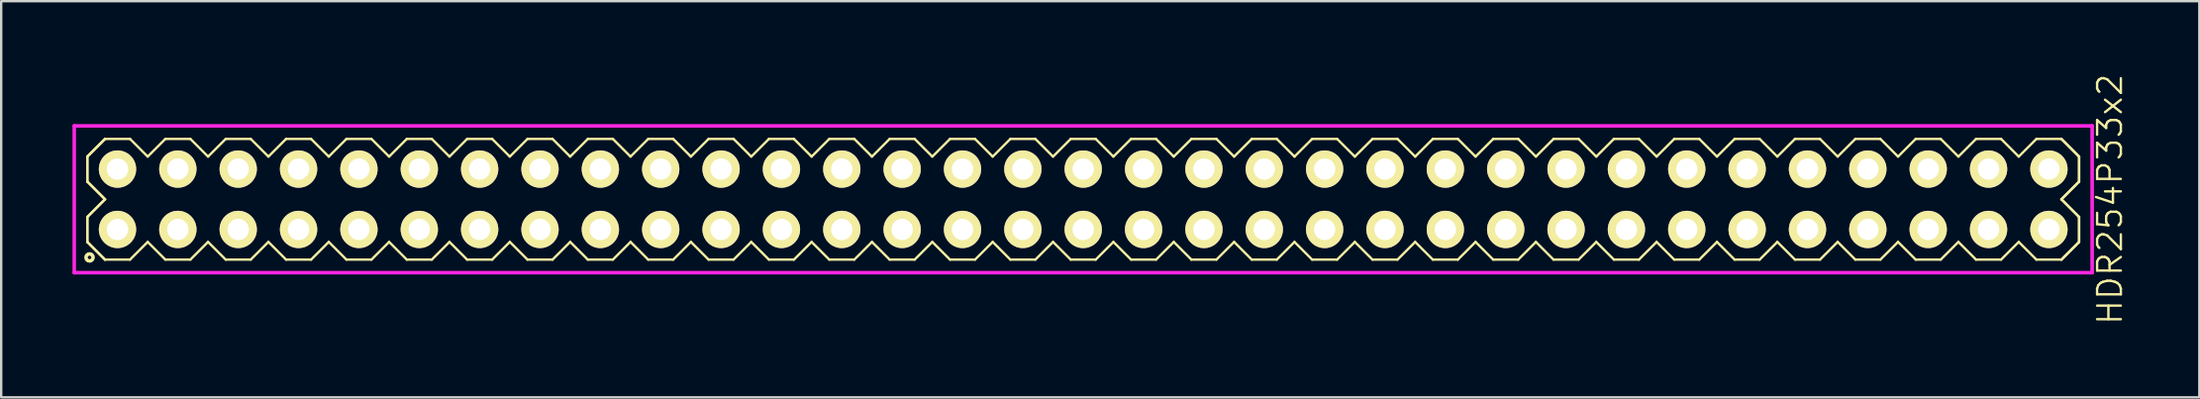
<source format=kicad_pcb>
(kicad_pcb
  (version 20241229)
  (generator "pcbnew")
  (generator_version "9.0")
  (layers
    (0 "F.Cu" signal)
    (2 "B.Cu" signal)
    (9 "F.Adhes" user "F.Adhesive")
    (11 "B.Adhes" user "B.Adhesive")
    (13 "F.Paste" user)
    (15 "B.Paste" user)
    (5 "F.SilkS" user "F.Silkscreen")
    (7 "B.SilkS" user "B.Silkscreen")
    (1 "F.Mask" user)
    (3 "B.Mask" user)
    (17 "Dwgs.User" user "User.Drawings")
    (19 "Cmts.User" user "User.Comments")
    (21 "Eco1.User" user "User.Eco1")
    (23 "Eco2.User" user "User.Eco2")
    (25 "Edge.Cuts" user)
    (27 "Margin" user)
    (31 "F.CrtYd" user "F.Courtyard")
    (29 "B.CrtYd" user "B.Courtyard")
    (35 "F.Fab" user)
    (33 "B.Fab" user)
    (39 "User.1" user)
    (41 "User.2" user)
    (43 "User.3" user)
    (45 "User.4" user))
  (footprint "HDR254P33x2"
    (layer "F.Cu")
    (at 42.535 5.336)
    (property "Reference" "HDR254P33x2" (at 43.21 0 90) (layer "F.SilkS") (effects (font (size 1 1) (thickness 0.1))))
    (attr through_hole)
    (fp_line (start -41.91 -1.796) (end -41.166 -2.54) (stroke (width 0.1) (type solid)) (layer "F.SilkS"))
    (fp_line (start -41.91 -1.796) (end -41.166 -2.54) (stroke (width 0.1) (type solid)) (layer "F.SilkS"))
    (fp_line (start -41.91 -0.744) (end -41.91 -1.796) (stroke (width 0.1) (type solid)) (layer "F.SilkS"))
    (fp_line (start -41.91 -0.744) (end -41.91 -1.796) (stroke (width 0.1) (type solid)) (layer "F.SilkS"))
    (fp_line (start -41.91 0.744) (end -41.166 0) (stroke (width 0.1) (type solid)) (layer "F.SilkS"))
    (fp_line (start -41.91 0.744) (end -41.166 0) (stroke (width 0.1) (type solid)) (layer "F.SilkS"))
    (fp_line (start -41.91 1.796) (end -41.91 0.744) (stroke (width 0.1) (type solid)) (layer "F.SilkS"))
    (fp_line (start -41.91 1.796) (end -41.91 0.744) (stroke (width 0.1) (type solid)) (layer "F.SilkS"))
    (fp_line (start -41.166 -2.54) (end -40.114 -2.54) (stroke (width 0.1) (type solid)) (layer "F.SilkS"))
    (fp_line (start -41.166 0) (end -41.91 -0.744) (stroke (width 0.1) (type solid)) (layer "F.SilkS"))
    (fp_line (start -41.166 0) (end -41.91 -0.744) (stroke (width 0.1) (type solid)) (layer "F.SilkS"))
    (fp_line (start -41.166 2.54) (end -41.91 1.796) (stroke (width 0.1) (type solid)) (layer "F.SilkS"))
    (fp_line (start -41.166 2.54) (end -41.91 1.796) (stroke (width 0.1) (type solid)) (layer "F.SilkS"))
    (fp_line (start -40.114 -2.54) (end -39.37 -1.796) (stroke (width 0.1) (type solid)) (layer "F.SilkS"))
    (fp_line (start -40.114 2.54) (end -41.166 2.54) (stroke (width 0.1) (type solid)) (layer "F.SilkS"))
    (fp_line (start -39.37 -1.796) (end -38.626 -2.54) (stroke (width 0.1) (type solid)) (layer "F.SilkS"))
    (fp_line (start -39.37 1.796) (end -40.114 2.54) (stroke (width 0.1) (type solid)) (layer "F.SilkS"))
    (fp_line (start -38.626 -2.54) (end -37.574 -2.54) (stroke (width 0.1) (type solid)) (layer "F.SilkS"))
    (fp_line (start -38.626 2.54) (end -39.37 1.796) (stroke (width 0.1) (type solid)) (layer "F.SilkS"))
    (fp_line (start -37.574 -2.54) (end -36.83 -1.796) (stroke (width 0.1) (type solid)) (layer "F.SilkS"))
    (fp_line (start -37.574 2.54) (end -38.626 2.54) (stroke (width 0.1) (type solid)) (layer "F.SilkS"))
    (fp_line (start -36.83 -1.796) (end -36.086 -2.54) (stroke (width 0.1) (type solid)) (layer "F.SilkS"))
    (fp_line (start -36.83 1.796) (end -37.574 2.54) (stroke (width 0.1) (type solid)) (layer "F.SilkS"))
    (fp_line (start -36.086 -2.54) (end -35.034 -2.54) (stroke (width 0.1) (type solid)) (layer "F.SilkS"))
    (fp_line (start -36.086 2.54) (end -36.83 1.796) (stroke (width 0.1) (type solid)) (layer "F.SilkS"))
    (fp_line (start -35.034 -2.54) (end -34.29 -1.796) (stroke (width 0.1) (type solid)) (layer "F.SilkS"))
    (fp_line (start -35.034 2.54) (end -36.086 2.54) (stroke (width 0.1) (type solid)) (layer "F.SilkS"))
    (fp_line (start -34.29 -1.796) (end -33.546 -2.54) (stroke (width 0.1) (type solid)) (layer "F.SilkS"))
    (fp_line (start -34.29 1.796) (end -35.034 2.54) (stroke (width 0.1) (type solid)) (layer "F.SilkS"))
    (fp_line (start -33.546 -2.54) (end -32.494 -2.54) (stroke (width 0.1) (type solid)) (layer "F.SilkS"))
    (fp_line (start -33.546 2.54) (end -34.29 1.796) (stroke (width 0.1) (type solid)) (layer "F.SilkS"))
    (fp_line (start -32.494 -2.54) (end -31.75 -1.796) (stroke (width 0.1) (type solid)) (layer "F.SilkS"))
    (fp_line (start -32.494 2.54) (end -33.546 2.54) (stroke (width 0.1) (type solid)) (layer "F.SilkS"))
    (fp_line (start -31.75 -1.796) (end -31.006 -2.54) (stroke (width 0.1) (type solid)) (layer "F.SilkS"))
    (fp_line (start -31.75 1.796) (end -32.494 2.54) (stroke (width 0.1) (type solid)) (layer "F.SilkS"))
    (fp_line (start -31.006 -2.54) (end -29.954 -2.54) (stroke (width 0.1) (type solid)) (layer "F.SilkS"))
    (fp_line (start -31.006 2.54) (end -31.75 1.796) (stroke (width 0.1) (type solid)) (layer "F.SilkS"))
    (fp_line (start -29.954 -2.54) (end -29.21 -1.796) (stroke (width 0.1) (type solid)) (layer "F.SilkS"))
    (fp_line (start -29.954 2.54) (end -31.006 2.54) (stroke (width 0.1) (type solid)) (layer "F.SilkS"))
    (fp_line (start -29.21 -1.796) (end -28.466 -2.54) (stroke (width 0.1) (type solid)) (layer "F.SilkS"))
    (fp_line (start -29.21 1.796) (end -29.954 2.54) (stroke (width 0.1) (type solid)) (layer "F.SilkS"))
    (fp_line (start -28.466 -2.54) (end -27.414 -2.54) (stroke (width 0.1) (type solid)) (layer "F.SilkS"))
    (fp_line (start -28.466 2.54) (end -29.21 1.796) (stroke (width 0.1) (type solid)) (layer "F.SilkS"))
    (fp_line (start -27.414 -2.54) (end -26.67 -1.796) (stroke (width 0.1) (type solid)) (layer "F.SilkS"))
    (fp_line (start -27.414 2.54) (end -28.466 2.54) (stroke (width 0.1) (type solid)) (layer "F.SilkS"))
    (fp_line (start -26.67 -1.796) (end -25.926 -2.54) (stroke (width 0.1) (type solid)) (layer "F.SilkS"))
    (fp_line (start -26.67 1.796) (end -27.414 2.54) (stroke (width 0.1) (type solid)) (layer "F.SilkS"))
    (fp_line (start -25.926 -2.54) (end -24.874 -2.54) (stroke (width 0.1) (type solid)) (layer "F.SilkS"))
    (fp_line (start -25.926 2.54) (end -26.67 1.796) (stroke (width 0.1) (type solid)) (layer "F.SilkS"))
    (fp_line (start -24.874 -2.54) (end -24.13 -1.796) (stroke (width 0.1) (type solid)) (layer "F.SilkS"))
    (fp_line (start -24.874 2.54) (end -25.926 2.54) (stroke (width 0.1) (type solid)) (layer "F.SilkS"))
    (fp_line (start -24.13 -1.796) (end -23.386 -2.54) (stroke (width 0.1) (type solid)) (layer "F.SilkS"))
    (fp_line (start -24.13 1.796) (end -24.874 2.54) (stroke (width 0.1) (type solid)) (layer "F.SilkS"))
    (fp_line (start -23.386 -2.54) (end -22.334 -2.54) (stroke (width 0.1) (type solid)) (layer "F.SilkS"))
    (fp_line (start -23.386 2.54) (end -24.13 1.796) (stroke (width 0.1) (type solid)) (layer "F.SilkS"))
    (fp_line (start -22.334 -2.54) (end -21.59 -1.796) (stroke (width 0.1) (type solid)) (layer "F.SilkS"))
    (fp_line (start -22.334 2.54) (end -23.386 2.54) (stroke (width 0.1) (type solid)) (layer "F.SilkS"))
    (fp_line (start -21.59 -1.796) (end -20.846 -2.54) (stroke (width 0.1) (type solid)) (layer "F.SilkS"))
    (fp_line (start -21.59 1.796) (end -22.334 2.54) (stroke (width 0.1) (type solid)) (layer "F.SilkS"))
    (fp_line (start -20.846 -2.54) (end -19.794 -2.54) (stroke (width 0.1) (type solid)) (layer "F.SilkS"))
    (fp_line (start -20.846 2.54) (end -21.59 1.796) (stroke (width 0.1) (type solid)) (layer "F.SilkS"))
    (fp_line (start -19.794 -2.54) (end -19.05 -1.796) (stroke (width 0.1) (type solid)) (layer "F.SilkS"))
    (fp_line (start -19.794 2.54) (end -20.846 2.54) (stroke (width 0.1) (type solid)) (layer "F.SilkS"))
    (fp_line (start -19.05 -1.796) (end -18.306 -2.54) (stroke (width 0.1) (type solid)) (layer "F.SilkS"))
    (fp_line (start -19.05 1.796) (end -19.794 2.54) (stroke (width 0.1) (type solid)) (layer "F.SilkS"))
    (fp_line (start -18.306 -2.54) (end -17.254 -2.54) (stroke (width 0.1) (type solid)) (layer "F.SilkS"))
    (fp_line (start -18.306 2.54) (end -19.05 1.796) (stroke (width 0.1) (type solid)) (layer "F.SilkS"))
    (fp_line (start -17.254 -2.54) (end -16.51 -1.796) (stroke (width 0.1) (type solid)) (layer "F.SilkS"))
    (fp_line (start -17.254 2.54) (end -18.306 2.54) (stroke (width 0.1) (type solid)) (layer "F.SilkS"))
    (fp_line (start -16.51 -1.796) (end -15.766 -2.54) (stroke (width 0.1) (type solid)) (layer "F.SilkS"))
    (fp_line (start -16.51 1.796) (end -17.254 2.54) (stroke (width 0.1) (type solid)) (layer "F.SilkS"))
    (fp_line (start -15.766 -2.54) (end -14.714 -2.54) (stroke (width 0.1) (type solid)) (layer "F.SilkS"))
    (fp_line (start -15.766 2.54) (end -16.51 1.796) (stroke (width 0.1) (type solid)) (layer "F.SilkS"))
    (fp_line (start -14.714 -2.54) (end -13.97 -1.796) (stroke (width 0.1) (type solid)) (layer "F.SilkS"))
    (fp_line (start -14.714 2.54) (end -15.766 2.54) (stroke (width 0.1) (type solid)) (layer "F.SilkS"))
    (fp_line (start -13.97 -1.796) (end -13.226 -2.54) (stroke (width 0.1) (type solid)) (layer "F.SilkS"))
    (fp_line (start -13.97 1.796) (end -14.714 2.54) (stroke (width 0.1) (type solid)) (layer "F.SilkS"))
    (fp_line (start -13.226 -2.54) (end -12.174 -2.54) (stroke (width 0.1) (type solid)) (layer "F.SilkS"))
    (fp_line (start -13.226 2.54) (end -13.97 1.796) (stroke (width 0.1) (type solid)) (layer "F.SilkS"))
    (fp_line (start -12.174 -2.54) (end -11.43 -1.796) (stroke (width 0.1) (type solid)) (layer "F.SilkS"))
    (fp_line (start -12.174 2.54) (end -13.226 2.54) (stroke (width 0.1) (type solid)) (layer "F.SilkS"))
    (fp_line (start -11.43 -1.796) (end -10.686 -2.54) (stroke (width 0.1) (type solid)) (layer "F.SilkS"))
    (fp_line (start -11.43 1.796) (end -12.174 2.54) (stroke (width 0.1) (type solid)) (layer "F.SilkS"))
    (fp_line (start -10.686 -2.54) (end -9.634 -2.54) (stroke (width 0.1) (type solid)) (layer "F.SilkS"))
    (fp_line (start -10.686 2.54) (end -11.43 1.796) (stroke (width 0.1) (type solid)) (layer "F.SilkS"))
    (fp_line (start -9.634 -2.54) (end -8.89 -1.796) (stroke (width 0.1) (type solid)) (layer "F.SilkS"))
    (fp_line (start -9.634 2.54) (end -10.686 2.54) (stroke (width 0.1) (type solid)) (layer "F.SilkS"))
    (fp_line (start -8.89 -1.796) (end -8.146 -2.54) (stroke (width 0.1) (type solid)) (layer "F.SilkS"))
    (fp_line (start -8.89 1.796) (end -9.634 2.54) (stroke (width 0.1) (type solid)) (layer "F.SilkS"))
    (fp_line (start -8.146 -2.54) (end -7.094 -2.54) (stroke (width 0.1) (type solid)) (layer "F.SilkS"))
    (fp_line (start -8.146 2.54) (end -8.89 1.796) (stroke (width 0.1) (type solid)) (layer "F.SilkS"))
    (fp_line (start -7.094 -2.54) (end -6.35 -1.796) (stroke (width 0.1) (type solid)) (layer "F.SilkS"))
    (fp_line (start -7.094 2.54) (end -8.146 2.54) (stroke (width 0.1) (type solid)) (layer "F.SilkS"))
    (fp_line (start -6.35 -1.796) (end -5.606 -2.54) (stroke (width 0.1) (type solid)) (layer "F.SilkS"))
    (fp_line (start -6.35 1.796) (end -7.094 2.54) (stroke (width 0.1) (type solid)) (layer "F.SilkS"))
    (fp_line (start -5.606 -2.54) (end -4.554 -2.54) (stroke (width 0.1) (type solid)) (layer "F.SilkS"))
    (fp_line (start -5.606 2.54) (end -6.35 1.796) (stroke (width 0.1) (type solid)) (layer "F.SilkS"))
    (fp_line (start -4.554 -2.54) (end -3.81 -1.796) (stroke (width 0.1) (type solid)) (layer "F.SilkS"))
    (fp_line (start -4.554 2.54) (end -5.606 2.54) (stroke (width 0.1) (type solid)) (layer "F.SilkS"))
    (fp_line (start -3.81 -1.796) (end -3.066 -2.54) (stroke (width 0.1) (type solid)) (layer "F.SilkS"))
    (fp_line (start -3.81 1.796) (end -4.554 2.54) (stroke (width 0.1) (type solid)) (layer "F.SilkS"))
    (fp_line (start -3.066 -2.54) (end -2.014 -2.54) (stroke (width 0.1) (type solid)) (layer "F.SilkS"))
    (fp_line (start -3.066 2.54) (end -3.81 1.796) (stroke (width 0.1) (type solid)) (layer "F.SilkS"))
    (fp_line (start -2.014 -2.54) (end -1.27 -1.796) (stroke (width 0.1) (type solid)) (layer "F.SilkS"))
    (fp_line (start -2.014 2.54) (end -3.066 2.54) (stroke (width 0.1) (type solid)) (layer "F.SilkS"))
    (fp_line (start -1.27 -1.796) (end -0.526 -2.54) (stroke (width 0.1) (type solid)) (layer "F.SilkS"))
    (fp_line (start -1.27 1.796) (end -2.014 2.54) (stroke (width 0.1) (type solid)) (layer "F.SilkS"))
    (fp_line (start -0.526 -2.54) (end 0.526 -2.54) (stroke (width 0.1) (type solid)) (layer "F.SilkS"))
    (fp_line (start -0.526 2.54) (end -1.27 1.796) (stroke (width 0.1) (type solid)) (layer "F.SilkS"))
    (fp_line (start 0.526 -2.54) (end 1.27 -1.796) (stroke (width 0.1) (type solid)) (layer "F.SilkS"))
    (fp_line (start 0.526 2.54) (end -0.526 2.54) (stroke (width 0.1) (type solid)) (layer "F.SilkS"))
    (fp_line (start 1.27 -1.796) (end 2.014 -2.54) (stroke (width 0.1) (type solid)) (layer "F.SilkS"))
    (fp_line (start 1.27 1.796) (end 0.526 2.54) (stroke (width 0.1) (type solid)) (layer "F.SilkS"))
    (fp_line (start 2.014 -2.54) (end 3.066 -2.54) (stroke (width 0.1) (type solid)) (layer "F.SilkS"))
    (fp_line (start 2.014 2.54) (end 1.27 1.796) (stroke (width 0.1) (type solid)) (layer "F.SilkS"))
    (fp_line (start 3.066 -2.54) (end 3.81 -1.796) (stroke (width 0.1) (type solid)) (layer "F.SilkS"))
    (fp_line (start 3.066 2.54) (end 2.014 2.54) (stroke (width 0.1) (type solid)) (layer "F.SilkS"))
    (fp_line (start 3.81 -1.796) (end 4.554 -2.54) (stroke (width 0.1) (type solid)) (layer "F.SilkS"))
    (fp_line (start 3.81 1.796) (end 3.066 2.54) (stroke (width 0.1) (type solid)) (layer "F.SilkS"))
    (fp_line (start 4.554 -2.54) (end 5.606 -2.54) (stroke (width 0.1) (type solid)) (layer "F.SilkS"))
    (fp_line (start 4.554 2.54) (end 3.81 1.796) (stroke (width 0.1) (type solid)) (layer "F.SilkS"))
    (fp_line (start 5.606 -2.54) (end 6.35 -1.796) (stroke (width 0.1) (type solid)) (layer "F.SilkS"))
    (fp_line (start 5.606 2.54) (end 4.554 2.54) (stroke (width 0.1) (type solid)) (layer "F.SilkS"))
    (fp_line (start 6.35 -1.796) (end 7.094 -2.54) (stroke (width 0.1) (type solid)) (layer "F.SilkS"))
    (fp_line (start 6.35 1.796) (end 5.606 2.54) (stroke (width 0.1) (type solid)) (layer "F.SilkS"))
    (fp_line (start 7.094 -2.54) (end 8.146 -2.54) (stroke (width 0.1) (type solid)) (layer "F.SilkS"))
    (fp_line (start 7.094 2.54) (end 6.35 1.796) (stroke (width 0.1) (type solid)) (layer "F.SilkS"))
    (fp_line (start 8.146 -2.54) (end 8.89 -1.796) (stroke (width 0.1) (type solid)) (layer "F.SilkS"))
    (fp_line (start 8.146 2.54) (end 7.094 2.54) (stroke (width 0.1) (type solid)) (layer "F.SilkS"))
    (fp_line (start 8.89 -1.796) (end 9.634 -2.54) (stroke (width 0.1) (type solid)) (layer "F.SilkS"))
    (fp_line (start 8.89 1.796) (end 8.146 2.54) (stroke (width 0.1) (type solid)) (layer "F.SilkS"))
    (fp_line (start 9.634 -2.54) (end 10.686 -2.54) (stroke (width 0.1) (type solid)) (layer "F.SilkS"))
    (fp_line (start 9.634 2.54) (end 8.89 1.796) (stroke (width 0.1) (type solid)) (layer "F.SilkS"))
    (fp_line (start 10.686 -2.54) (end 11.43 -1.796) (stroke (width 0.1) (type solid)) (layer "F.SilkS"))
    (fp_line (start 10.686 2.54) (end 9.634 2.54) (stroke (width 0.1) (type solid)) (layer "F.SilkS"))
    (fp_line (start 11.43 -1.796) (end 12.174 -2.54) (stroke (width 0.1) (type solid)) (layer "F.SilkS"))
    (fp_line (start 11.43 1.796) (end 10.686 2.54) (stroke (width 0.1) (type solid)) (layer "F.SilkS"))
    (fp_line (start 12.174 -2.54) (end 13.226 -2.54) (stroke (width 0.1) (type solid)) (layer "F.SilkS"))
    (fp_line (start 12.174 2.54) (end 11.43 1.796) (stroke (width 0.1) (type solid)) (layer "F.SilkS"))
    (fp_line (start 13.226 -2.54) (end 13.97 -1.796) (stroke (width 0.1) (type solid)) (layer "F.SilkS"))
    (fp_line (start 13.226 2.54) (end 12.174 2.54) (stroke (width 0.1) (type solid)) (layer "F.SilkS"))
    (fp_line (start 13.97 -1.796) (end 14.714 -2.54) (stroke (width 0.1) (type solid)) (layer "F.SilkS"))
    (fp_line (start 13.97 1.796) (end 13.226 2.54) (stroke (width 0.1) (type solid)) (layer "F.SilkS"))
    (fp_line (start 14.714 -2.54) (end 15.766 -2.54) (stroke (width 0.1) (type solid)) (layer "F.SilkS"))
    (fp_line (start 14.714 2.54) (end 13.97 1.796) (stroke (width 0.1) (type solid)) (layer "F.SilkS"))
    (fp_line (start 15.766 -2.54) (end 16.51 -1.796) (stroke (width 0.1) (type solid)) (layer "F.SilkS"))
    (fp_line (start 15.766 2.54) (end 14.714 2.54) (stroke (width 0.1) (type solid)) (layer "F.SilkS"))
    (fp_line (start 16.51 -1.796) (end 17.254 -2.54) (stroke (width 0.1) (type solid)) (layer "F.SilkS"))
    (fp_line (start 16.51 1.796) (end 15.766 2.54) (stroke (width 0.1) (type solid)) (layer "F.SilkS"))
    (fp_line (start 17.254 -2.54) (end 18.306 -2.54) (stroke (width 0.1) (type solid)) (layer "F.SilkS"))
    (fp_line (start 17.254 2.54) (end 16.51 1.796) (stroke (width 0.1) (type solid)) (layer "F.SilkS"))
    (fp_line (start 18.306 -2.54) (end 19.05 -1.796) (stroke (width 0.1) (type solid)) (layer "F.SilkS"))
    (fp_line (start 18.306 2.54) (end 17.254 2.54) (stroke (width 0.1) (type solid)) (layer "F.SilkS"))
    (fp_line (start 19.05 -1.796) (end 19.794 -2.54) (stroke (width 0.1) (type solid)) (layer "F.SilkS"))
    (fp_line (start 19.05 1.796) (end 18.306 2.54) (stroke (width 0.1) (type solid)) (layer "F.SilkS"))
    (fp_line (start 19.794 -2.54) (end 20.846 -2.54) (stroke (width 0.1) (type solid)) (layer "F.SilkS"))
    (fp_line (start 19.794 2.54) (end 19.05 1.796) (stroke (width 0.1) (type solid)) (layer "F.SilkS"))
    (fp_line (start 20.846 -2.54) (end 21.59 -1.796) (stroke (width 0.1) (type solid)) (layer "F.SilkS"))
    (fp_line (start 20.846 2.54) (end 19.794 2.54) (stroke (width 0.1) (type solid)) (layer "F.SilkS"))
    (fp_line (start 21.59 -1.796) (end 22.334 -2.54) (stroke (width 0.1) (type solid)) (layer "F.SilkS"))
    (fp_line (start 21.59 1.796) (end 20.846 2.54) (stroke (width 0.1) (type solid)) (layer "F.SilkS"))
    (fp_line (start 22.334 -2.54) (end 23.386 -2.54) (stroke (width 0.1) (type solid)) (layer "F.SilkS"))
    (fp_line (start 22.334 2.54) (end 21.59 1.796) (stroke (width 0.1) (type solid)) (layer "F.SilkS"))
    (fp_line (start 23.386 -2.54) (end 24.13 -1.796) (stroke (width 0.1) (type solid)) (layer "F.SilkS"))
    (fp_line (start 23.386 2.54) (end 22.334 2.54) (stroke (width 0.1) (type solid)) (layer "F.SilkS"))
    (fp_line (start 24.13 -1.796) (end 24.874 -2.54) (stroke (width 0.1) (type solid)) (layer "F.SilkS"))
    (fp_line (start 24.13 1.796) (end 23.386 2.54) (stroke (width 0.1) (type solid)) (layer "F.SilkS"))
    (fp_line (start 24.874 -2.54) (end 25.926 -2.54) (stroke (width 0.1) (type solid)) (layer "F.SilkS"))
    (fp_line (start 24.874 2.54) (end 24.13 1.796) (stroke (width 0.1) (type solid)) (layer "F.SilkS"))
    (fp_line (start 25.926 -2.54) (end 26.67 -1.796) (stroke (width 0.1) (type solid)) (layer "F.SilkS"))
    (fp_line (start 25.926 2.54) (end 24.874 2.54) (stroke (width 0.1) (type solid)) (layer "F.SilkS"))
    (fp_line (start 26.67 -1.796) (end 27.414 -2.54) (stroke (width 0.1) (type solid)) (layer "F.SilkS"))
    (fp_line (start 26.67 1.796) (end 25.926 2.54) (stroke (width 0.1) (type solid)) (layer "F.SilkS"))
    (fp_line (start 27.414 -2.54) (end 28.466 -2.54) (stroke (width 0.1) (type solid)) (layer "F.SilkS"))
    (fp_line (start 27.414 2.54) (end 26.67 1.796) (stroke (width 0.1) (type solid)) (layer "F.SilkS"))
    (fp_line (start 28.466 -2.54) (end 29.21 -1.796) (stroke (width 0.1) (type solid)) (layer "F.SilkS"))
    (fp_line (start 28.466 2.54) (end 27.414 2.54) (stroke (width 0.1) (type solid)) (layer "F.SilkS"))
    (fp_line (start 29.21 -1.796) (end 29.954 -2.54) (stroke (width 0.1) (type solid)) (layer "F.SilkS"))
    (fp_line (start 29.21 1.796) (end 28.466 2.54) (stroke (width 0.1) (type solid)) (layer "F.SilkS"))
    (fp_line (start 29.954 -2.54) (end 31.006 -2.54) (stroke (width 0.1) (type solid)) (layer "F.SilkS"))
    (fp_line (start 29.954 2.54) (end 29.21 1.796) (stroke (width 0.1) (type solid)) (layer "F.SilkS"))
    (fp_line (start 31.006 -2.54) (end 31.75 -1.796) (stroke (width 0.1) (type solid)) (layer "F.SilkS"))
    (fp_line (start 31.006 2.54) (end 29.954 2.54) (stroke (width 0.1) (type solid)) (layer "F.SilkS"))
    (fp_line (start 31.75 -1.796) (end 32.494 -2.54) (stroke (width 0.1) (type solid)) (layer "F.SilkS"))
    (fp_line (start 31.75 1.796) (end 31.006 2.54) (stroke (width 0.1) (type solid)) (layer "F.SilkS"))
    (fp_line (start 32.494 -2.54) (end 33.546 -2.54) (stroke (width 0.1) (type solid)) (layer "F.SilkS"))
    (fp_line (start 32.494 2.54) (end 31.75 1.796) (stroke (width 0.1) (type solid)) (layer "F.SilkS"))
    (fp_line (start 33.546 -2.54) (end 34.29 -1.796) (stroke (width 0.1) (type solid)) (layer "F.SilkS"))
    (fp_line (start 33.546 2.54) (end 32.494 2.54) (stroke (width 0.1) (type solid)) (layer "F.SilkS"))
    (fp_line (start 34.29 -1.796) (end 35.034 -2.54) (stroke (width 0.1) (type solid)) (layer "F.SilkS"))
    (fp_line (start 34.29 1.796) (end 33.546 2.54) (stroke (width 0.1) (type solid)) (layer "F.SilkS"))
    (fp_line (start 35.034 -2.54) (end 36.086 -2.54) (stroke (width 0.1) (type solid)) (layer "F.SilkS"))
    (fp_line (start 35.034 2.54) (end 34.29 1.796) (stroke (width 0.1) (type solid)) (layer "F.SilkS"))
    (fp_line (start 36.086 -2.54) (end 36.83 -1.796) (stroke (width 0.1) (type solid)) (layer "F.SilkS"))
    (fp_line (start 36.086 2.54) (end 35.034 2.54) (stroke (width 0.1) (type solid)) (layer "F.SilkS"))
    (fp_line (start 36.83 -1.796) (end 37.574 -2.54) (stroke (width 0.1) (type solid)) (layer "F.SilkS"))
    (fp_line (start 36.83 1.796) (end 36.086 2.54) (stroke (width 0.1) (type solid)) (layer "F.SilkS"))
    (fp_line (start 37.574 -2.54) (end 38.626 -2.54) (stroke (width 0.1) (type solid)) (layer "F.SilkS"))
    (fp_line (start 37.574 2.54) (end 36.83 1.796) (stroke (width 0.1) (type solid)) (layer "F.SilkS"))
    (fp_line (start 38.626 -2.54) (end 39.37 -1.796) (stroke (width 0.1) (type solid)) (layer "F.SilkS"))
    (fp_line (start 38.626 2.54) (end 37.574 2.54) (stroke (width 0.1) (type solid)) (layer "F.SilkS"))
    (fp_line (start 39.37 -1.796) (end 40.114 -2.54) (stroke (width 0.1) (type solid)) (layer "F.SilkS"))
    (fp_line (start 39.37 1.796) (end 38.626 2.54) (stroke (width 0.1) (type solid)) (layer "F.SilkS"))
    (fp_line (start 40.114 -2.54) (end 41.166 -2.54) (stroke (width 0.1) (type solid)) (layer "F.SilkS"))
    (fp_line (start 40.114 2.54) (end 39.37 1.796) (stroke (width 0.1) (type solid)) (layer "F.SilkS"))
    (fp_line (start 41.166 -2.54) (end 41.91 -1.796) (stroke (width 0.1) (type solid)) (layer "F.SilkS"))
    (fp_line (start 41.166 -2.54) (end 41.91 -1.796) (stroke (width 0.1) (type solid)) (layer "F.SilkS"))
    (fp_line (start 41.166 0) (end 41.91 0.744) (stroke (width 0.1) (type solid)) (layer "F.SilkS"))
    (fp_line (start 41.166 0) (end 41.91 0.744) (stroke (width 0.1) (type solid)) (layer "F.SilkS"))
    (fp_line (start 41.166 2.54) (end 40.114 2.54) (stroke (width 0.1) (type solid)) (layer "F.SilkS"))
    (fp_line (start 41.91 -1.796) (end 41.91 -0.744) (stroke (width 0.1) (type solid)) (layer "F.SilkS"))
    (fp_line (start 41.91 -1.796) (end 41.91 -0.744) (stroke (width 0.1) (type solid)) (layer "F.SilkS"))
    (fp_line (start 41.91 -0.744) (end 41.166 0) (stroke (width 0.1) (type solid)) (layer "F.SilkS"))
    (fp_line (start 41.91 -0.744) (end 41.166 0) (stroke (width 0.1) (type solid)) (layer "F.SilkS"))
    (fp_line (start 41.91 0.744) (end 41.91 1.796) (stroke (width 0.1) (type solid)) (layer "F.SilkS"))
    (fp_line (start 41.91 0.744) (end 41.91 1.796) (stroke (width 0.1) (type solid)) (layer "F.SilkS"))
    (fp_line (start 41.91 1.796) (end 41.166 2.54) (stroke (width 0.1) (type solid)) (layer "F.SilkS"))
    (fp_line (start 41.91 1.796) (end 41.166 2.54) (stroke (width 0.1) (type solid)) (layer "F.SilkS"))
    (fp_circle (center -41.817 2.448) (end -41.668 2.448) (stroke (width 0.15) (type solid)) (fill no) (layer "F.SilkS"))
    (fp_line (start -42.46 -3.09) (end -42.46 3.09) (stroke (width 0.15) (type solid)) (layer "F.CrtYd"))
    (fp_line (start -42.46 3.09) (end 42.46 3.09) (stroke (width 0.15) (type solid)) (layer "F.CrtYd"))
    (fp_line (start 42.46 -3.09) (end -42.46 -3.09) (stroke (width 0.15) (type solid)) (layer "F.CrtYd"))
    (fp_line (start 42.46 3.09) (end 42.46 -3.09) (stroke (width 0.15) (type solid)) (layer "F.CrtYd"))
    (pad "1" thru_hole oval (at -40.64 1.27) (size 1.57 1.57) (drill 0.9) (layers "*.Cu" "*.Mask" "F.SilkS"))
    (pad "2" thru_hole oval (at -40.64 -1.27) (size 1.57 1.57) (drill 0.9) (layers "*.Cu" "*.Mask" "F.SilkS"))
    (pad "3" thru_hole oval (at -38.1 1.27) (size 1.57 1.57) (drill 0.9) (layers "*.Cu" "*.Mask" "F.SilkS"))
    (pad "4" thru_hole oval (at -38.1 -1.27) (size 1.57 1.57) (drill 0.9) (layers "*.Cu" "*.Mask" "F.SilkS"))
    (pad "5" thru_hole oval (at -35.56 1.27) (size 1.57 1.57) (drill 0.9) (layers "*.Cu" "*.Mask" "F.SilkS"))
    (pad "6" thru_hole oval (at -35.56 -1.27) (size 1.57 1.57) (drill 0.9) (layers "*.Cu" "*.Mask" "F.SilkS"))
    (pad "7" thru_hole oval (at -33.02 1.27) (size 1.57 1.57) (drill 0.9) (layers "*.Cu" "*.Mask" "F.SilkS"))
    (pad "8" thru_hole oval (at -33.02 -1.27) (size 1.57 1.57) (drill 0.9) (layers "*.Cu" "*.Mask" "F.SilkS"))
    (pad "9" thru_hole oval (at -30.48 1.27) (size 1.57 1.57) (drill 0.9) (layers "*.Cu" "*.Mask" "F.SilkS"))
    (pad "10" thru_hole oval (at -30.48 -1.27) (size 1.57 1.57) (drill 0.9) (layers "*.Cu" "*.Mask" "F.SilkS"))
    (pad "11" thru_hole oval (at -27.94 1.27) (size 1.57 1.57) (drill 0.9) (layers "*.Cu" "*.Mask" "F.SilkS"))
    (pad "12" thru_hole oval (at -27.94 -1.27) (size 1.57 1.57) (drill 0.9) (layers "*.Cu" "*.Mask" "F.SilkS"))
    (pad "13" thru_hole oval (at -25.4 1.27) (size 1.57 1.57) (drill 0.9) (layers "*.Cu" "*.Mask" "F.SilkS"))
    (pad "14" thru_hole oval (at -25.4 -1.27) (size 1.57 1.57) (drill 0.9) (layers "*.Cu" "*.Mask" "F.SilkS"))
    (pad "15" thru_hole oval (at -22.86 1.27) (size 1.57 1.57) (drill 0.9) (layers "*.Cu" "*.Mask" "F.SilkS"))
    (pad "16" thru_hole oval (at -22.86 -1.27) (size 1.57 1.57) (drill 0.9) (layers "*.Cu" "*.Mask" "F.SilkS"))
    (pad "17" thru_hole oval (at -20.32 1.27) (size 1.57 1.57) (drill 0.9) (layers "*.Cu" "*.Mask" "F.SilkS"))
    (pad "18" thru_hole oval (at -20.32 -1.27) (size 1.57 1.57) (drill 0.9) (layers "*.Cu" "*.Mask" "F.SilkS"))
    (pad "19" thru_hole oval (at -17.78 1.27) (size 1.57 1.57) (drill 0.9) (layers "*.Cu" "*.Mask" "F.SilkS"))
    (pad "20" thru_hole oval (at -17.78 -1.27) (size 1.57 1.57) (drill 0.9) (layers "*.Cu" "*.Mask" "F.SilkS"))
    (pad "21" thru_hole oval (at -15.24 1.27) (size 1.57 1.57) (drill 0.9) (layers "*.Cu" "*.Mask" "F.SilkS"))
    (pad "22" thru_hole oval (at -15.24 -1.27) (size 1.57 1.57) (drill 0.9) (layers "*.Cu" "*.Mask" "F.SilkS"))
    (pad "23" thru_hole oval (at -12.7 1.27) (size 1.57 1.57) (drill 0.9) (layers "*.Cu" "*.Mask" "F.SilkS"))
    (pad "24" thru_hole oval (at -12.7 -1.27) (size 1.57 1.57) (drill 0.9) (layers "*.Cu" "*.Mask" "F.SilkS"))
    (pad "25" thru_hole oval (at -10.16 1.27) (size 1.57 1.57) (drill 0.9) (layers "*.Cu" "*.Mask" "F.SilkS"))
    (pad "26" thru_hole oval (at -10.16 -1.27) (size 1.57 1.57) (drill 0.9) (layers "*.Cu" "*.Mask" "F.SilkS"))
    (pad "27" thru_hole oval (at -7.62 1.27) (size 1.57 1.57) (drill 0.9) (layers "*.Cu" "*.Mask" "F.SilkS"))
    (pad "28" thru_hole oval (at -7.62 -1.27) (size 1.57 1.57) (drill 0.9) (layers "*.Cu" "*.Mask" "F.SilkS"))
    (pad "29" thru_hole oval (at -5.08 1.27) (size 1.57 1.57) (drill 0.9) (layers "*.Cu" "*.Mask" "F.SilkS"))
    (pad "30" thru_hole oval (at -5.08 -1.27) (size 1.57 1.57) (drill 0.9) (layers "*.Cu" "*.Mask" "F.SilkS"))
    (pad "31" thru_hole oval (at -2.54 1.27) (size 1.57 1.57) (drill 0.9) (layers "*.Cu" "*.Mask" "F.SilkS"))
    (pad "32" thru_hole oval (at -2.54 -1.27) (size 1.57 1.57) (drill 0.9) (layers "*.Cu" "*.Mask" "F.SilkS"))
    (pad "33" thru_hole oval (at 0 1.27) (size 1.57 1.57) (drill 0.9) (layers "*.Cu" "*.Mask" "F.SilkS"))
    (pad "34" thru_hole oval (at 0 -1.27) (size 1.57 1.57) (drill 0.9) (layers "*.Cu" "*.Mask" "F.SilkS"))
    (pad "35" thru_hole oval (at 2.54 1.27) (size 1.57 1.57) (drill 0.9) (layers "*.Cu" "*.Mask" "F.SilkS"))
    (pad "36" thru_hole oval (at 2.54 -1.27) (size 1.57 1.57) (drill 0.9) (layers "*.Cu" "*.Mask" "F.SilkS"))
    (pad "37" thru_hole oval (at 5.08 1.27) (size 1.57 1.57) (drill 0.9) (layers "*.Cu" "*.Mask" "F.SilkS"))
    (pad "38" thru_hole oval (at 5.08 -1.27) (size 1.57 1.57) (drill 0.9) (layers "*.Cu" "*.Mask" "F.SilkS"))
    (pad "39" thru_hole oval (at 7.62 1.27) (size 1.57 1.57) (drill 0.9) (layers "*.Cu" "*.Mask" "F.SilkS"))
    (pad "40" thru_hole oval (at 7.62 -1.27) (size 1.57 1.57) (drill 0.9) (layers "*.Cu" "*.Mask" "F.SilkS"))
    (pad "41" thru_hole oval (at 10.16 1.27) (size 1.57 1.57) (drill 0.9) (layers "*.Cu" "*.Mask" "F.SilkS"))
    (pad "42" thru_hole oval (at 10.16 -1.27) (size 1.57 1.57) (drill 0.9) (layers "*.Cu" "*.Mask" "F.SilkS"))
    (pad "43" thru_hole oval (at 12.7 1.27) (size 1.57 1.57) (drill 0.9) (layers "*.Cu" "*.Mask" "F.SilkS"))
    (pad "44" thru_hole oval (at 12.7 -1.27) (size 1.57 1.57) (drill 0.9) (layers "*.Cu" "*.Mask" "F.SilkS"))
    (pad "45" thru_hole oval (at 15.24 1.27) (size 1.57 1.57) (drill 0.9) (layers "*.Cu" "*.Mask" "F.SilkS"))
    (pad "46" thru_hole oval (at 15.24 -1.27) (size 1.57 1.57) (drill 0.9) (layers "*.Cu" "*.Mask" "F.SilkS"))
    (pad "47" thru_hole oval (at 17.78 1.27) (size 1.57 1.57) (drill 0.9) (layers "*.Cu" "*.Mask" "F.SilkS"))
    (pad "48" thru_hole oval (at 17.78 -1.27) (size 1.57 1.57) (drill 0.9) (layers "*.Cu" "*.Mask" "F.SilkS"))
    (pad "49" thru_hole oval (at 20.32 1.27) (size 1.57 1.57) (drill 0.9) (layers "*.Cu" "*.Mask" "F.SilkS"))
    (pad "50" thru_hole oval (at 20.32 -1.27) (size 1.57 1.57) (drill 0.9) (layers "*.Cu" "*.Mask" "F.SilkS"))
    (pad "51" thru_hole oval (at 22.86 1.27) (size 1.57 1.57) (drill 0.9) (layers "*.Cu" "*.Mask" "F.SilkS"))
    (pad "52" thru_hole oval (at 22.86 -1.27) (size 1.57 1.57) (drill 0.9) (layers "*.Cu" "*.Mask" "F.SilkS"))
    (pad "53" thru_hole oval (at 25.4 1.27) (size 1.57 1.57) (drill 0.9) (layers "*.Cu" "*.Mask" "F.SilkS"))
    (pad "54" thru_hole oval (at 25.4 -1.27) (size 1.57 1.57) (drill 0.9) (layers "*.Cu" "*.Mask" "F.SilkS"))
    (pad "55" thru_hole oval (at 27.94 1.27) (size 1.57 1.57) (drill 0.9) (layers "*.Cu" "*.Mask" "F.SilkS"))
    (pad "56" thru_hole oval (at 27.94 -1.27) (size 1.57 1.57) (drill 0.9) (layers "*.Cu" "*.Mask" "F.SilkS"))
    (pad "57" thru_hole oval (at 30.48 1.27) (size 1.57 1.57) (drill 0.9) (layers "*.Cu" "*.Mask" "F.SilkS"))
    (pad "58" thru_hole oval (at 30.48 -1.27) (size 1.57 1.57) (drill 0.9) (layers "*.Cu" "*.Mask" "F.SilkS"))
    (pad "59" thru_hole oval (at 33.02 1.27) (size 1.57 1.57) (drill 0.9) (layers "*.Cu" "*.Mask" "F.SilkS"))
    (pad "60" thru_hole oval (at 33.02 -1.27) (size 1.57 1.57) (drill 0.9) (layers "*.Cu" "*.Mask" "F.SilkS"))
    (pad "61" thru_hole oval (at 35.56 1.27) (size 1.57 1.57) (drill 0.9) (layers "*.Cu" "*.Mask" "F.SilkS"))
    (pad "62" thru_hole oval (at 35.56 -1.27) (size 1.57 1.57) (drill 0.9) (layers "*.Cu" "*.Mask" "F.SilkS"))
    (pad "63" thru_hole oval (at 38.1 1.27) (size 1.57 1.57) (drill 0.9) (layers "*.Cu" "*.Mask" "F.SilkS"))
    (pad "64" thru_hole oval (at 38.1 -1.27) (size 1.57 1.57) (drill 0.9) (layers "*.Cu" "*.Mask" "F.SilkS"))
    (pad "65" thru_hole oval (at 40.64 1.27) (size 1.57 1.57) (drill 0.9) (layers "*.Cu" "*.Mask" "F.SilkS"))
    (pad "66" thru_hole oval (at 40.64 -1.27) (size 1.57 1.57) (drill 0.9) (layers "*.Cu" "*.Mask" "F.SilkS")))
  (gr_rect
    (start -3 -3)
    (end 89.505 13.671)
    (stroke (width 0.1) (type default))
    (fill no)
    (layer "Edge.Cuts")))
</source>
